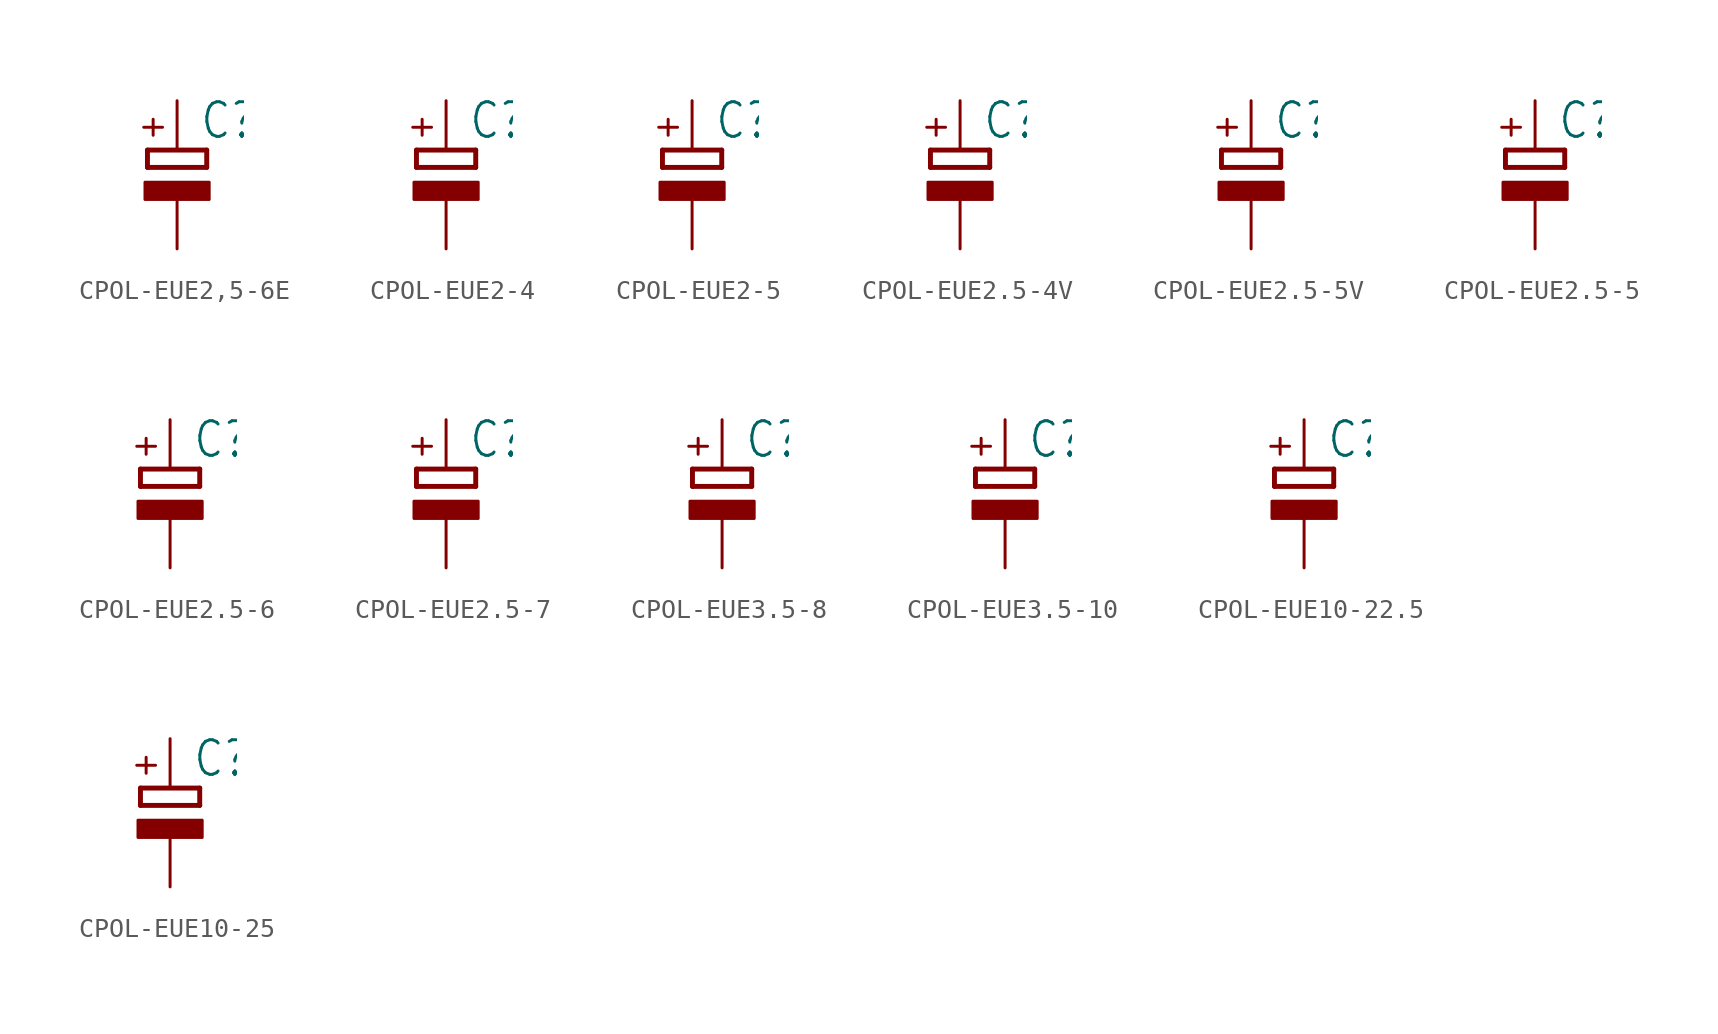
<source format=kicad_sym>
(kicad_symbol_lib
  (version 20231120)
  (generator "kicad_symbol_editor")
  (generator_version "8.0")
  (symbol "CPOL-EUE2,5-6E"
    (property "Reference" "C"
      (at 1.143 0.483 0)
      (effects (font (size 1.778 1.511)) (justify left bottom)))
    (property "Value" ""
      (at 1.143 -4.597 0)
      (effects (font (size 1.778 1.511)) (justify left bottom)))
    (property "ki_locked" ""
      (at 0 0 0)
      (effects (font (size 1.27 1.27))))
    (symbol "CPOL-EUE2,5-6E_1_0"
      (rectangle (start -1.651 -2.54) (end 1.651 -1.651) (stroke (width 0) (type default)) (fill (type outline)))
      (polyline (pts (xy -1.524 -0.889) (xy 1.524 -0.889)) (stroke (width 0.254) (type solid)) (fill (type none)))
      (polyline (pts (xy -1.524 0) (xy -1.524 -0.889)) (stroke (width 0.254) (type solid)) (fill (type none)))
      (polyline (pts (xy -1.524 0) (xy 1.524 0)) (stroke (width 0.254) (type solid)) (fill (type none)))
      (polyline (pts (xy 1.524 -0.889) (xy 1.524 0)) (stroke (width 0.254) (type solid)) (fill (type none)))
      (text "+" (at -0.584 0.406 900) (effects (font (size 1.27 1.079)) (justify left bottom)))
      (pin passive line (at 0 2.54 270) (length 2.54) (name "+" (effects (font (size 0 0)))) (number "+" (effects (font (size 0 0)))))
      (pin passive line (at 0 -5.08 90) (length 2.54) (name "-" (effects (font (size 0 0)))) (number "-" (effects (font (size 0 0)))))))
  (symbol "CPOL-EUE2-4"
    (property "Reference" "C"
      (at 1.143 0.483 0)
      (effects (font (size 1.778 1.511)) (justify left bottom)))
    (property "Value" ""
      (at 1.143 -4.597 0)
      (effects (font (size 1.778 1.511)) (justify left bottom)))
    (property "ki_locked" ""
      (at 0 0 0)
      (effects (font (size 1.27 1.27))))
    (symbol "CPOL-EUE2-4_1_0"
      (rectangle (start -1.651 -2.54) (end 1.651 -1.651) (stroke (width 0) (type default)) (fill (type outline)))
      (polyline (pts (xy -1.524 -0.889) (xy 1.524 -0.889)) (stroke (width 0.254) (type solid)) (fill (type none)))
      (polyline (pts (xy -1.524 0) (xy -1.524 -0.889)) (stroke (width 0.254) (type solid)) (fill (type none)))
      (polyline (pts (xy -1.524 0) (xy 1.524 0)) (stroke (width 0.254) (type solid)) (fill (type none)))
      (polyline (pts (xy 1.524 -0.889) (xy 1.524 0)) (stroke (width 0.254) (type solid)) (fill (type none)))
      (text "+" (at -0.584 0.406 900) (effects (font (size 1.27 1.079)) (justify left bottom)))
      (pin passive line (at 0 2.54 270) (length 2.54) (name "+" (effects (font (size 0 0)))) (number "+" (effects (font (size 0 0)))))
      (pin passive line (at 0 -5.08 90) (length 2.54) (name "-" (effects (font (size 0 0)))) (number "-" (effects (font (size 0 0)))))))
  (symbol "CPOL-EUE2-5"
    (property "Reference" "C"
      (at 1.143 0.483 0)
      (effects (font (size 1.778 1.511)) (justify left bottom)))
    (property "Value" ""
      (at 1.143 -4.597 0)
      (effects (font (size 1.778 1.511)) (justify left bottom)))
    (property "ki_locked" ""
      (at 0 0 0)
      (effects (font (size 1.27 1.27))))
    (symbol "CPOL-EUE2-5_1_0"
      (rectangle (start -1.651 -2.54) (end 1.651 -1.651) (stroke (width 0) (type default)) (fill (type outline)))
      (polyline (pts (xy -1.524 -0.889) (xy 1.524 -0.889)) (stroke (width 0.254) (type solid)) (fill (type none)))
      (polyline (pts (xy -1.524 0) (xy -1.524 -0.889)) (stroke (width 0.254) (type solid)) (fill (type none)))
      (polyline (pts (xy -1.524 0) (xy 1.524 0)) (stroke (width 0.254) (type solid)) (fill (type none)))
      (polyline (pts (xy 1.524 -0.889) (xy 1.524 0)) (stroke (width 0.254) (type solid)) (fill (type none)))
      (text "+" (at -0.584 0.406 900) (effects (font (size 1.27 1.079)) (justify left bottom)))
      (pin passive line (at 0 2.54 270) (length 2.54) (name "+" (effects (font (size 0 0)))) (number "+" (effects (font (size 0 0)))))
      (pin passive line (at 0 -5.08 90) (length 2.54) (name "-" (effects (font (size 0 0)))) (number "-" (effects (font (size 0 0)))))))
  (symbol "CPOL-EUE2.5-4V"
    (property "Reference" "C"
      (at 1.143 0.483 0)
      (effects (font (size 1.778 1.511)) (justify left bottom)))
    (property "Value" ""
      (at 1.143 -4.597 0)
      (effects (font (size 1.778 1.511)) (justify left bottom)))
    (property "ki_locked" ""
      (at 0 0 0)
      (effects (font (size 1.27 1.27))))
    (symbol "CPOL-EUE2.5-4V_1_0"
      (rectangle (start -1.651 -2.54) (end 1.651 -1.651) (stroke (width 0) (type default)) (fill (type outline)))
      (polyline (pts (xy -1.524 -0.889) (xy 1.524 -0.889)) (stroke (width 0.254) (type solid)) (fill (type none)))
      (polyline (pts (xy -1.524 0) (xy -1.524 -0.889)) (stroke (width 0.254) (type solid)) (fill (type none)))
      (polyline (pts (xy -1.524 0) (xy 1.524 0)) (stroke (width 0.254) (type solid)) (fill (type none)))
      (polyline (pts (xy 1.524 -0.889) (xy 1.524 0)) (stroke (width 0.254) (type solid)) (fill (type none)))
      (text "+" (at -0.584 0.406 900) (effects (font (size 1.27 1.079)) (justify left bottom)))
      (pin passive line (at 0 2.54 270) (length 2.54) (name "+" (effects (font (size 0 0)))) (number "+" (effects (font (size 0 0)))))
      (pin passive line (at 0 -5.08 90) (length 2.54) (name "-" (effects (font (size 0 0)))) (number "-" (effects (font (size 0 0)))))))
  (symbol "CPOL-EUE2.5-5V"
    (property "Reference" "C"
      (at 1.143 0.483 0)
      (effects (font (size 1.778 1.511)) (justify left bottom)))
    (property "Value" ""
      (at 1.143 -4.597 0)
      (effects (font (size 1.778 1.511)) (justify left bottom)))
    (property "ki_locked" ""
      (at 0 0 0)
      (effects (font (size 1.27 1.27))))
    (symbol "CPOL-EUE2.5-5V_1_0"
      (rectangle (start -1.651 -2.54) (end 1.651 -1.651) (stroke (width 0) (type default)) (fill (type outline)))
      (polyline (pts (xy -1.524 -0.889) (xy 1.524 -0.889)) (stroke (width 0.254) (type solid)) (fill (type none)))
      (polyline (pts (xy -1.524 0) (xy -1.524 -0.889)) (stroke (width 0.254) (type solid)) (fill (type none)))
      (polyline (pts (xy -1.524 0) (xy 1.524 0)) (stroke (width 0.254) (type solid)) (fill (type none)))
      (polyline (pts (xy 1.524 -0.889) (xy 1.524 0)) (stroke (width 0.254) (type solid)) (fill (type none)))
      (text "+" (at -0.584 0.406 900) (effects (font (size 1.27 1.079)) (justify left bottom)))
      (pin passive line (at 0 2.54 270) (length 2.54) (name "+" (effects (font (size 0 0)))) (number "+" (effects (font (size 0 0)))))
      (pin passive line (at 0 -5.08 90) (length 2.54) (name "-" (effects (font (size 0 0)))) (number "-" (effects (font (size 0 0)))))))
  (symbol "CPOL-EUE2.5-5"
    (property "Reference" "C"
      (at 1.143 0.483 0)
      (effects (font (size 1.778 1.511)) (justify left bottom)))
    (property "Value" ""
      (at 1.143 -4.597 0)
      (effects (font (size 1.778 1.511)) (justify left bottom)))
    (property "ki_locked" ""
      (at 0 0 0)
      (effects (font (size 1.27 1.27))))
    (symbol "CPOL-EUE2.5-5_1_0"
      (rectangle (start -1.651 -2.54) (end 1.651 -1.651) (stroke (width 0) (type default)) (fill (type outline)))
      (polyline (pts (xy -1.524 -0.889) (xy 1.524 -0.889)) (stroke (width 0.254) (type solid)) (fill (type none)))
      (polyline (pts (xy -1.524 0) (xy -1.524 -0.889)) (stroke (width 0.254) (type solid)) (fill (type none)))
      (polyline (pts (xy -1.524 0) (xy 1.524 0)) (stroke (width 0.254) (type solid)) (fill (type none)))
      (polyline (pts (xy 1.524 -0.889) (xy 1.524 0)) (stroke (width 0.254) (type solid)) (fill (type none)))
      (text "+" (at -0.584 0.406 900) (effects (font (size 1.27 1.079)) (justify left bottom)))
      (pin passive line (at 0 2.54 270) (length 2.54) (name "+" (effects (font (size 0 0)))) (number "+" (effects (font (size 0 0)))))
      (pin passive line (at 0 -5.08 90) (length 2.54) (name "-" (effects (font (size 0 0)))) (number "-" (effects (font (size 0 0)))))))
  (symbol "CPOL-EUE2.5-6"
    (property "Reference" "C"
      (at 1.143 0.483 0)
      (effects (font (size 1.778 1.511)) (justify left bottom)))
    (property "Value" ""
      (at 1.143 -4.597 0)
      (effects (font (size 1.778 1.511)) (justify left bottom)))
    (property "ki_locked" ""
      (at 0 0 0)
      (effects (font (size 1.27 1.27))))
    (symbol "CPOL-EUE2.5-6_1_0"
      (rectangle (start -1.651 -2.54) (end 1.651 -1.651) (stroke (width 0) (type default)) (fill (type outline)))
      (polyline (pts (xy -1.524 -0.889) (xy 1.524 -0.889)) (stroke (width 0.254) (type solid)) (fill (type none)))
      (polyline (pts (xy -1.524 0) (xy -1.524 -0.889)) (stroke (width 0.254) (type solid)) (fill (type none)))
      (polyline (pts (xy -1.524 0) (xy 1.524 0)) (stroke (width 0.254) (type solid)) (fill (type none)))
      (polyline (pts (xy 1.524 -0.889) (xy 1.524 0)) (stroke (width 0.254) (type solid)) (fill (type none)))
      (text "+" (at -0.584 0.406 900) (effects (font (size 1.27 1.079)) (justify left bottom)))
      (pin passive line (at 0 2.54 270) (length 2.54) (name "+" (effects (font (size 0 0)))) (number "+" (effects (font (size 0 0)))))
      (pin passive line (at 0 -5.08 90) (length 2.54) (name "-" (effects (font (size 0 0)))) (number "-" (effects (font (size 0 0)))))))
  (symbol "CPOL-EUE2.5-7"
    (property "Reference" "C"
      (at 1.143 0.483 0)
      (effects (font (size 1.778 1.511)) (justify left bottom)))
    (property "Value" ""
      (at 1.143 -4.597 0)
      (effects (font (size 1.778 1.511)) (justify left bottom)))
    (property "ki_locked" ""
      (at 0 0 0)
      (effects (font (size 1.27 1.27))))
    (symbol "CPOL-EUE2.5-7_1_0"
      (rectangle (start -1.651 -2.54) (end 1.651 -1.651) (stroke (width 0) (type default)) (fill (type outline)))
      (polyline (pts (xy -1.524 -0.889) (xy 1.524 -0.889)) (stroke (width 0.254) (type solid)) (fill (type none)))
      (polyline (pts (xy -1.524 0) (xy -1.524 -0.889)) (stroke (width 0.254) (type solid)) (fill (type none)))
      (polyline (pts (xy -1.524 0) (xy 1.524 0)) (stroke (width 0.254) (type solid)) (fill (type none)))
      (polyline (pts (xy 1.524 -0.889) (xy 1.524 0)) (stroke (width 0.254) (type solid)) (fill (type none)))
      (text "+" (at -0.584 0.406 900) (effects (font (size 1.27 1.079)) (justify left bottom)))
      (pin passive line (at 0 2.54 270) (length 2.54) (name "+" (effects (font (size 0 0)))) (number "+" (effects (font (size 0 0)))))
      (pin passive line (at 0 -5.08 90) (length 2.54) (name "-" (effects (font (size 0 0)))) (number "-" (effects (font (size 0 0)))))))
  (symbol "CPOL-EUE3.5-8"
    (property "Reference" "C"
      (at 1.143 0.483 0)
      (effects (font (size 1.778 1.511)) (justify left bottom)))
    (property "Value" ""
      (at 1.143 -4.597 0)
      (effects (font (size 1.778 1.511)) (justify left bottom)))
    (property "ki_locked" ""
      (at 0 0 0)
      (effects (font (size 1.27 1.27))))
    (symbol "CPOL-EUE3.5-8_1_0"
      (rectangle (start -1.651 -2.54) (end 1.651 -1.651) (stroke (width 0) (type default)) (fill (type outline)))
      (polyline (pts (xy -1.524 -0.889) (xy 1.524 -0.889)) (stroke (width 0.254) (type solid)) (fill (type none)))
      (polyline (pts (xy -1.524 0) (xy -1.524 -0.889)) (stroke (width 0.254) (type solid)) (fill (type none)))
      (polyline (pts (xy -1.524 0) (xy 1.524 0)) (stroke (width 0.254) (type solid)) (fill (type none)))
      (polyline (pts (xy 1.524 -0.889) (xy 1.524 0)) (stroke (width 0.254) (type solid)) (fill (type none)))
      (text "+" (at -0.584 0.406 900) (effects (font (size 1.27 1.079)) (justify left bottom)))
      (pin passive line (at 0 2.54 270) (length 2.54) (name "+" (effects (font (size 0 0)))) (number "+" (effects (font (size 0 0)))))
      (pin passive line (at 0 -5.08 90) (length 2.54) (name "-" (effects (font (size 0 0)))) (number "-" (effects (font (size 0 0)))))))
  (symbol "CPOL-EUE3.5-10"
    (property "Reference" "C"
      (at 1.143 0.483 0)
      (effects (font (size 1.778 1.511)) (justify left bottom)))
    (property "Value" ""
      (at 1.143 -4.597 0)
      (effects (font (size 1.778 1.511)) (justify left bottom)))
    (property "ki_locked" ""
      (at 0 0 0)
      (effects (font (size 1.27 1.27))))
    (symbol "CPOL-EUE3.5-10_1_0"
      (rectangle (start -1.651 -2.54) (end 1.651 -1.651) (stroke (width 0) (type default)) (fill (type outline)))
      (polyline (pts (xy -1.524 -0.889) (xy 1.524 -0.889)) (stroke (width 0.254) (type solid)) (fill (type none)))
      (polyline (pts (xy -1.524 0) (xy -1.524 -0.889)) (stroke (width 0.254) (type solid)) (fill (type none)))
      (polyline (pts (xy -1.524 0) (xy 1.524 0)) (stroke (width 0.254) (type solid)) (fill (type none)))
      (polyline (pts (xy 1.524 -0.889) (xy 1.524 0)) (stroke (width 0.254) (type solid)) (fill (type none)))
      (text "+" (at -0.584 0.406 900) (effects (font (size 1.27 1.079)) (justify left bottom)))
      (pin passive line (at 0 2.54 270) (length 2.54) (name "+" (effects (font (size 0 0)))) (number "+" (effects (font (size 0 0)))))
      (pin passive line (at 0 -5.08 90) (length 2.54) (name "-" (effects (font (size 0 0)))) (number "-" (effects (font (size 0 0)))))))
  (symbol "CPOL-EUE10-22.5"
    (property "Reference" "C"
      (at 1.143 0.483 0)
      (effects (font (size 1.778 1.511)) (justify left bottom)))
    (property "Value" ""
      (at 1.143 -4.597 0)
      (effects (font (size 1.778 1.511)) (justify left bottom)))
    (property "ki_locked" ""
      (at 0 0 0)
      (effects (font (size 1.27 1.27))))
    (symbol "CPOL-EUE10-22.5_1_0"
      (rectangle (start -1.651 -2.54) (end 1.651 -1.651) (stroke (width 0) (type default)) (fill (type outline)))
      (polyline (pts (xy -1.524 -0.889) (xy 1.524 -0.889)) (stroke (width 0.254) (type solid)) (fill (type none)))
      (polyline (pts (xy -1.524 0) (xy -1.524 -0.889)) (stroke (width 0.254) (type solid)) (fill (type none)))
      (polyline (pts (xy -1.524 0) (xy 1.524 0)) (stroke (width 0.254) (type solid)) (fill (type none)))
      (polyline (pts (xy 1.524 -0.889) (xy 1.524 0)) (stroke (width 0.254) (type solid)) (fill (type none)))
      (text "+" (at -0.584 0.406 900) (effects (font (size 1.27 1.079)) (justify left bottom)))
      (pin passive line (at 0 2.54 270) (length 2.54) (name "+" (effects (font (size 0 0)))) (number "+" (effects (font (size 0 0)))))
      (pin passive line (at 0 -5.08 90) (length 2.54) (name "-" (effects (font (size 0 0)))) (number "-" (effects (font (size 0 0)))))))
  (symbol "CPOL-EUE10-25"
    (property "Reference" "C"
      (at 1.143 0.483 0)
      (effects (font (size 1.778 1.511)) (justify left bottom)))
    (property "Value" ""
      (at 1.143 -4.597 0)
      (effects (font (size 1.778 1.511)) (justify left bottom)))
    (property "ki_locked" ""
      (at 0 0 0)
      (effects (font (size 1.27 1.27))))
    (symbol "CPOL-EUE10-25_1_0"
      (rectangle (start -1.651 -2.54) (end 1.651 -1.651) (stroke (width 0) (type default)) (fill (type outline)))
      (polyline (pts (xy -1.524 -0.889) (xy 1.524 -0.889)) (stroke (width 0.254) (type solid)) (fill (type none)))
      (polyline (pts (xy -1.524 0) (xy -1.524 -0.889)) (stroke (width 0.254) (type solid)) (fill (type none)))
      (polyline (pts (xy -1.524 0) (xy 1.524 0)) (stroke (width 0.254) (type solid)) (fill (type none)))
      (polyline (pts (xy 1.524 -0.889) (xy 1.524 0)) (stroke (width 0.254) (type solid)) (fill (type none)))
      (text "+" (at -0.584 0.406 900) (effects (font (size 1.27 1.079)) (justify left bottom)))
      (pin passive line (at 0 2.54 270) (length 2.54) (name "+" (effects (font (size 0 0)))) (number "+" (effects (font (size 0 0)))))
      (pin passive line (at 0 -5.08 90) (length 2.54) (name "-" (effects (font (size 0 0)))) (number "-" (effects (font (size 0 0))))))))
</source>
